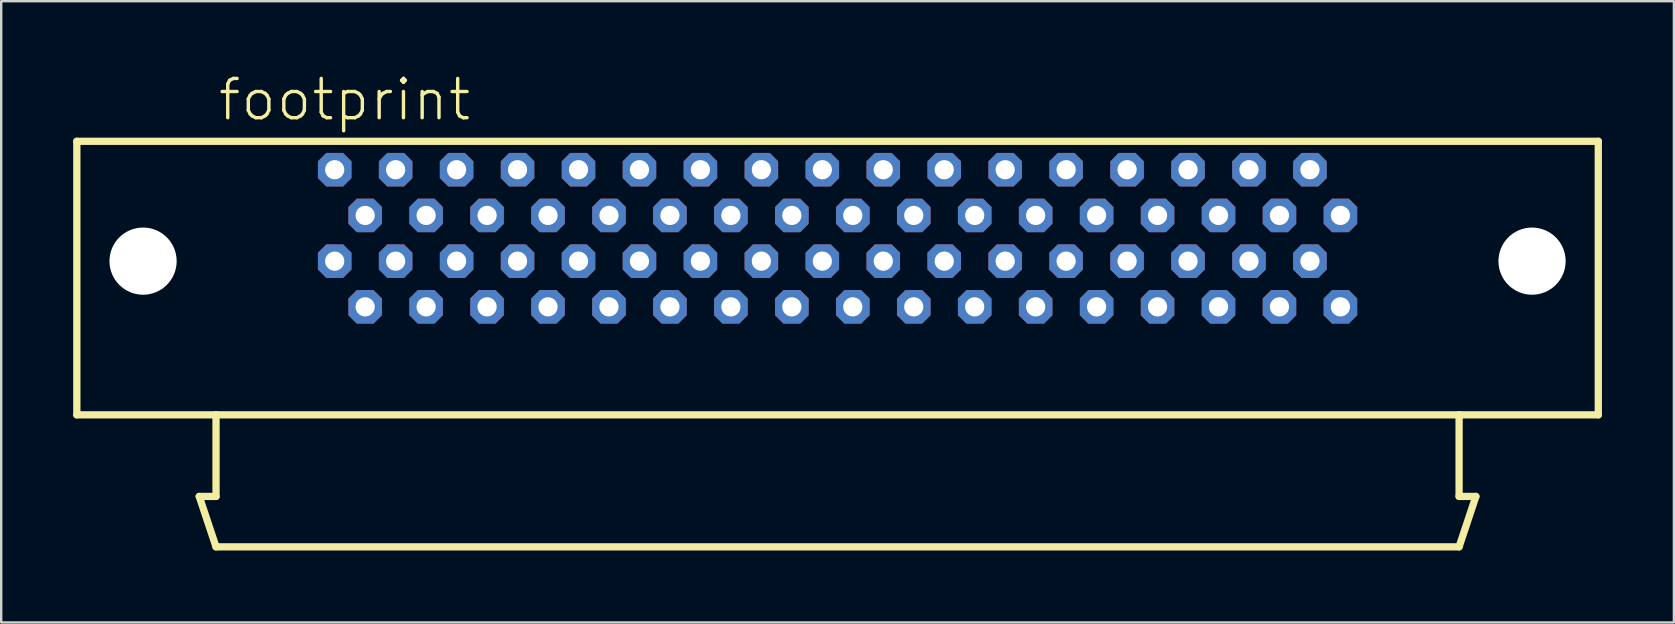
<source format=kicad_pcb>
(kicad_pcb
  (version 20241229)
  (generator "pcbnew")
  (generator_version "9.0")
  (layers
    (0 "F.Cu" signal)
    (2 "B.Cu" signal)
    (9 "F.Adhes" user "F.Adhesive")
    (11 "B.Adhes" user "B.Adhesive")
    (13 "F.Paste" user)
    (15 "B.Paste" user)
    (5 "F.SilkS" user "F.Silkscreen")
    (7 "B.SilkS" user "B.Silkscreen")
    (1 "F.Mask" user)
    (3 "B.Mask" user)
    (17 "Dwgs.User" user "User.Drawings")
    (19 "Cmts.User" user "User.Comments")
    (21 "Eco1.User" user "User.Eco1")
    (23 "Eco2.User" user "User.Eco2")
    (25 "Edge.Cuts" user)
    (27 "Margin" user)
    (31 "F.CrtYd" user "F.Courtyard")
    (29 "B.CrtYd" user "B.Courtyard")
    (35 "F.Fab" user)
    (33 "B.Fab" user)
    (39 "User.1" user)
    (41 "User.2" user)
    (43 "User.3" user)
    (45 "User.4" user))
  (footprint "footprint"
    (layer "F.Cu")
    (at 31.852 9.737)
    (property "Reference" "footprint" (at -25.895 -7.675 0) (layer "F.SilkS") (effects (font (size 1.636 1.636) (thickness 0.142)) (justify left bottom)))
    (fp_line (start -31.7 -6.9) (end 31.7 -6.9) (stroke (width 0.303) (type solid)) (layer "F.SilkS"))
    (fp_line (start -31.7 4.5) (end -31.7 -6.9) (stroke (width 0.303) (type solid)) (layer "F.SilkS"))
    (fp_line (start -26.6 7.9) (end -25.9 10) (stroke (width 0.303) (type solid)) (layer "F.SilkS"))
    (fp_line (start -25.9 4.5) (end -31.7 4.5) (stroke (width 0.303) (type solid)) (layer "F.SilkS"))
    (fp_line (start -25.9 4.5) (end -25.9 7.9) (stroke (width 0.303) (type solid)) (layer "F.SilkS"))
    (fp_line (start -25.9 7.9) (end -26.6 7.9) (stroke (width 0.303) (type solid)) (layer "F.SilkS"))
    (fp_line (start -25.9 10) (end 25.9 10) (stroke (width 0.303) (type solid)) (layer "F.SilkS"))
    (fp_line (start 25.9 4.5) (end -25.9 4.5) (stroke (width 0.303) (type solid)) (layer "F.SilkS"))
    (fp_line (start 25.9 7.9) (end 25.9 4.5) (stroke (width 0.303) (type solid)) (layer "F.SilkS"))
    (fp_line (start 25.9 10) (end 26.6 7.9) (stroke (width 0.303) (type solid)) (layer "F.SilkS"))
    (fp_line (start 26.6 7.9) (end 25.9 7.9) (stroke (width 0.303) (type solid)) (layer "F.SilkS"))
    (fp_line (start 31.7 -6.9) (end 31.7 4.5) (stroke (width 0.303) (type solid)) (layer "F.SilkS"))
    (fp_line (start 31.7 4.5) (end 25.9 4.5) (stroke (width 0.303) (type solid)) (layer "F.SilkS"))
    (pad "" np_thru_hole circle (at -28.94 -1.905) (size 2.8 2.8) (drill 2.8) (layers "*.Cu" "*.Mask"))
    (pad "" np_thru_hole circle (at 28.94 -1.905) (size 2.8 2.8) (drill 2.8) (layers "*.Cu" "*.Mask"))
    (pad "1" thru_hole roundrect (at -20.955 -5.715) (size 1.397 1.397) (drill 0.8) (layers "*.Cu" "*.Mask") (roundrect_rratio 0.25) (chamfer_ratio 0.25) (chamfer top_left top_right bottom_left bottom_right))
    (pad "2" thru_hole roundrect (at -19.685 -3.81) (size 1.397 1.397) (drill 0.8) (layers "*.Cu" "*.Mask") (roundrect_rratio 0.25) (chamfer_ratio 0.25) (chamfer top_left top_right bottom_left bottom_right))
    (pad "3" thru_hole roundrect (at -18.415 -5.715) (size 1.397 1.397) (drill 0.8) (layers "*.Cu" "*.Mask") (roundrect_rratio 0.25) (chamfer_ratio 0.25) (chamfer top_left top_right bottom_left bottom_right))
    (pad "4" thru_hole roundrect (at -17.145 -3.81) (size 1.397 1.397) (drill 0.8) (layers "*.Cu" "*.Mask") (roundrect_rratio 0.25) (chamfer_ratio 0.25) (chamfer top_left top_right bottom_left bottom_right))
    (pad "5" thru_hole roundrect (at -15.875 -5.715) (size 1.397 1.397) (drill 0.8) (layers "*.Cu" "*.Mask") (roundrect_rratio 0.25) (chamfer_ratio 0.25) (chamfer top_left top_right bottom_left bottom_right))
    (pad "6" thru_hole roundrect (at -14.605 -3.81) (size 1.397 1.397) (drill 0.8) (layers "*.Cu" "*.Mask") (roundrect_rratio 0.25) (chamfer_ratio 0.25) (chamfer top_left top_right bottom_left bottom_right))
    (pad "7" thru_hole roundrect (at -13.335 -5.715) (size 1.397 1.397) (drill 0.8) (layers "*.Cu" "*.Mask") (roundrect_rratio 0.25) (chamfer_ratio 0.25) (chamfer top_left top_right bottom_left bottom_right))
    (pad "8" thru_hole roundrect (at -12.065 -3.81) (size 1.397 1.397) (drill 0.8) (layers "*.Cu" "*.Mask") (roundrect_rratio 0.25) (chamfer_ratio 0.25) (chamfer top_left top_right bottom_left bottom_right))
    (pad "9" thru_hole roundrect (at -10.795 -5.715) (size 1.397 1.397) (drill 0.8) (layers "*.Cu" "*.Mask") (roundrect_rratio 0.25) (chamfer_ratio 0.25) (chamfer top_left top_right bottom_left bottom_right))
    (pad "10" thru_hole roundrect (at -9.525 -3.81) (size 1.397 1.397) (drill 0.8) (layers "*.Cu" "*.Mask") (roundrect_rratio 0.25) (chamfer_ratio 0.25) (chamfer top_left top_right bottom_left bottom_right))
    (pad "11" thru_hole roundrect (at -8.255 -5.715) (size 1.397 1.397) (drill 0.8) (layers "*.Cu" "*.Mask") (roundrect_rratio 0.25) (chamfer_ratio 0.25) (chamfer top_left top_right bottom_left bottom_right))
    (pad "12" thru_hole roundrect (at -6.985 -3.81) (size 1.397 1.397) (drill 0.8) (layers "*.Cu" "*.Mask") (roundrect_rratio 0.25) (chamfer_ratio 0.25) (chamfer top_left top_right bottom_left bottom_right))
    (pad "13" thru_hole roundrect (at -5.715 -5.715) (size 1.397 1.397) (drill 0.8) (layers "*.Cu" "*.Mask") (roundrect_rratio 0.25) (chamfer_ratio 0.25) (chamfer top_left top_right bottom_left bottom_right))
    (pad "14" thru_hole roundrect (at -4.445 -3.81) (size 1.397 1.397) (drill 0.8) (layers "*.Cu" "*.Mask") (roundrect_rratio 0.25) (chamfer_ratio 0.25) (chamfer top_left top_right bottom_left bottom_right))
    (pad "15" thru_hole roundrect (at -3.175 -5.715) (size 1.397 1.397) (drill 0.8) (layers "*.Cu" "*.Mask") (roundrect_rratio 0.25) (chamfer_ratio 0.25) (chamfer top_left top_right bottom_left bottom_right))
    (pad "16" thru_hole roundrect (at -1.905 -3.81) (size 1.397 1.397) (drill 0.8) (layers "*.Cu" "*.Mask") (roundrect_rratio 0.25) (chamfer_ratio 0.25) (chamfer top_left top_right bottom_left bottom_right))
    (pad "17" thru_hole roundrect (at -0.635 -5.715) (size 1.397 1.397) (drill 0.8) (layers "*.Cu" "*.Mask") (roundrect_rratio 0.25) (chamfer_ratio 0.25) (chamfer top_left top_right bottom_left bottom_right))
    (pad "18" thru_hole roundrect (at 0.635 -3.81) (size 1.397 1.397) (drill 0.8) (layers "*.Cu" "*.Mask") (roundrect_rratio 0.25) (chamfer_ratio 0.25) (chamfer top_left top_right bottom_left bottom_right))
    (pad "19" thru_hole roundrect (at 1.905 -5.715) (size 1.397 1.397) (drill 0.8) (layers "*.Cu" "*.Mask") (roundrect_rratio 0.25) (chamfer_ratio 0.25) (chamfer top_left top_right bottom_left bottom_right))
    (pad "20" thru_hole roundrect (at 3.175 -3.81) (size 1.397 1.397) (drill 0.8) (layers "*.Cu" "*.Mask") (roundrect_rratio 0.25) (chamfer_ratio 0.25) (chamfer top_left top_right bottom_left bottom_right))
    (pad "21" thru_hole roundrect (at 4.445 -5.715) (size 1.397 1.397) (drill 0.8) (layers "*.Cu" "*.Mask") (roundrect_rratio 0.25) (chamfer_ratio 0.25) (chamfer top_left top_right bottom_left bottom_right))
    (pad "22" thru_hole roundrect (at 5.715 -3.81) (size 1.397 1.397) (drill 0.8) (layers "*.Cu" "*.Mask") (roundrect_rratio 0.25) (chamfer_ratio 0.25) (chamfer top_left top_right bottom_left bottom_right))
    (pad "23" thru_hole roundrect (at 6.985 -5.715) (size 1.397 1.397) (drill 0.8) (layers "*.Cu" "*.Mask") (roundrect_rratio 0.25) (chamfer_ratio 0.25) (chamfer top_left top_right bottom_left bottom_right))
    (pad "24" thru_hole roundrect (at 8.255 -3.81) (size 1.397 1.397) (drill 0.8) (layers "*.Cu" "*.Mask") (roundrect_rratio 0.25) (chamfer_ratio 0.25) (chamfer top_left top_right bottom_left bottom_right))
    (pad "25" thru_hole roundrect (at 9.525 -5.715) (size 1.397 1.397) (drill 0.8) (layers "*.Cu" "*.Mask") (roundrect_rratio 0.25) (chamfer_ratio 0.25) (chamfer top_left top_right bottom_left bottom_right))
    (pad "26" thru_hole roundrect (at 10.795 -3.81) (size 1.397 1.397) (drill 0.8) (layers "*.Cu" "*.Mask") (roundrect_rratio 0.25) (chamfer_ratio 0.25) (chamfer top_left top_right bottom_left bottom_right))
    (pad "27" thru_hole roundrect (at 12.065 -5.715) (size 1.397 1.397) (drill 0.8) (layers "*.Cu" "*.Mask") (roundrect_rratio 0.25) (chamfer_ratio 0.25) (chamfer top_left top_right bottom_left bottom_right))
    (pad "28" thru_hole roundrect (at 13.335 -3.81) (size 1.397 1.397) (drill 0.8) (layers "*.Cu" "*.Mask") (roundrect_rratio 0.25) (chamfer_ratio 0.25) (chamfer top_left top_right bottom_left bottom_right))
    (pad "29" thru_hole roundrect (at 14.605 -5.715) (size 1.397 1.397) (drill 0.8) (layers "*.Cu" "*.Mask") (roundrect_rratio 0.25) (chamfer_ratio 0.25) (chamfer top_left top_right bottom_left bottom_right))
    (pad "30" thru_hole roundrect (at 15.875 -3.81) (size 1.397 1.397) (drill 0.8) (layers "*.Cu" "*.Mask") (roundrect_rratio 0.25) (chamfer_ratio 0.25) (chamfer top_left top_right bottom_left bottom_right))
    (pad "31" thru_hole roundrect (at 17.145 -5.715) (size 1.397 1.397) (drill 0.8) (layers "*.Cu" "*.Mask") (roundrect_rratio 0.25) (chamfer_ratio 0.25) (chamfer top_left top_right bottom_left bottom_right))
    (pad "32" thru_hole roundrect (at 18.415 -3.81) (size 1.397 1.397) (drill 0.8) (layers "*.Cu" "*.Mask") (roundrect_rratio 0.25) (chamfer_ratio 0.25) (chamfer top_left top_right bottom_left bottom_right))
    (pad "33" thru_hole roundrect (at 19.685 -5.715) (size 1.397 1.397) (drill 0.8) (layers "*.Cu" "*.Mask") (roundrect_rratio 0.25) (chamfer_ratio 0.25) (chamfer top_left top_right bottom_left bottom_right))
    (pad "34" thru_hole roundrect (at 20.955 -3.81) (size 1.397 1.397) (drill 0.8) (layers "*.Cu" "*.Mask") (roundrect_rratio 0.25) (chamfer_ratio 0.25) (chamfer top_left top_right bottom_left bottom_right))
    (pad "35" thru_hole roundrect (at -20.955 -1.905) (size 1.397 1.397) (drill 0.8) (layers "*.Cu" "*.Mask") (roundrect_rratio 0.25) (chamfer_ratio 0.25) (chamfer top_left top_right bottom_left bottom_right))
    (pad "36" thru_hole roundrect (at -18.415 -1.905) (size 1.397 1.397) (drill 0.8) (layers "*.Cu" "*.Mask") (roundrect_rratio 0.25) (chamfer_ratio 0.25) (chamfer top_left top_right bottom_left bottom_right))
    (pad "37" thru_hole roundrect (at -15.875 -1.905) (size 1.397 1.397) (drill 0.8) (layers "*.Cu" "*.Mask") (roundrect_rratio 0.25) (chamfer_ratio 0.25) (chamfer top_left top_right bottom_left bottom_right))
    (pad "38" thru_hole roundrect (at -13.335 -1.905) (size 1.397 1.397) (drill 0.8) (layers "*.Cu" "*.Mask") (roundrect_rratio 0.25) (chamfer_ratio 0.25) (chamfer top_left top_right bottom_left bottom_right))
    (pad "39" thru_hole roundrect (at -10.795 -1.905) (size 1.397 1.397) (drill 0.8) (layers "*.Cu" "*.Mask") (roundrect_rratio 0.25) (chamfer_ratio 0.25) (chamfer top_left top_right bottom_left bottom_right))
    (pad "40" thru_hole roundrect (at -8.255 -1.905) (size 1.397 1.397) (drill 0.8) (layers "*.Cu" "*.Mask") (roundrect_rratio 0.25) (chamfer_ratio 0.25) (chamfer top_left top_right bottom_left bottom_right))
    (pad "41" thru_hole roundrect (at -5.715 -1.905) (size 1.397 1.397) (drill 0.8) (layers "*.Cu" "*.Mask") (roundrect_rratio 0.25) (chamfer_ratio 0.25) (chamfer top_left top_right bottom_left bottom_right))
    (pad "42" thru_hole roundrect (at -3.175 -1.905) (size 1.397 1.397) (drill 0.8) (layers "*.Cu" "*.Mask") (roundrect_rratio 0.25) (chamfer_ratio 0.25) (chamfer top_left top_right bottom_left bottom_right))
    (pad "43" thru_hole roundrect (at -0.635 -1.905) (size 1.397 1.397) (drill 0.8) (layers "*.Cu" "*.Mask") (roundrect_rratio 0.25) (chamfer_ratio 0.25) (chamfer top_left top_right bottom_left bottom_right))
    (pad "44" thru_hole roundrect (at 1.905 -1.905) (size 1.397 1.397) (drill 0.8) (layers "*.Cu" "*.Mask") (roundrect_rratio 0.25) (chamfer_ratio 0.25) (chamfer top_left top_right bottom_left bottom_right))
    (pad "45" thru_hole roundrect (at 4.445 -1.905) (size 1.397 1.397) (drill 0.8) (layers "*.Cu" "*.Mask") (roundrect_rratio 0.25) (chamfer_ratio 0.25) (chamfer top_left top_right bottom_left bottom_right))
    (pad "46" thru_hole roundrect (at 6.985 -1.905) (size 1.397 1.397) (drill 0.8) (layers "*.Cu" "*.Mask") (roundrect_rratio 0.25) (chamfer_ratio 0.25) (chamfer top_left top_right bottom_left bottom_right))
    (pad "47" thru_hole roundrect (at 9.525 -1.905) (size 1.397 1.397) (drill 0.8) (layers "*.Cu" "*.Mask") (roundrect_rratio 0.25) (chamfer_ratio 0.25) (chamfer top_left top_right bottom_left bottom_right))
    (pad "48" thru_hole roundrect (at 12.065 -1.905) (size 1.397 1.397) (drill 0.8) (layers "*.Cu" "*.Mask") (roundrect_rratio 0.25) (chamfer_ratio 0.25) (chamfer top_left top_right bottom_left bottom_right))
    (pad "49" thru_hole roundrect (at 14.605 -1.905) (size 1.397 1.397) (drill 0.8) (layers "*.Cu" "*.Mask") (roundrect_rratio 0.25) (chamfer_ratio 0.25) (chamfer top_left top_right bottom_left bottom_right))
    (pad "50" thru_hole roundrect (at 17.145 -1.905) (size 1.397 1.397) (drill 0.8) (layers "*.Cu" "*.Mask") (roundrect_rratio 0.25) (chamfer_ratio 0.25) (chamfer top_left top_right bottom_left bottom_right))
    (pad "51" thru_hole roundrect (at 19.685 -1.905) (size 1.397 1.397) (drill 0.8) (layers "*.Cu" "*.Mask") (roundrect_rratio 0.25) (chamfer_ratio 0.25) (chamfer top_left top_right bottom_left bottom_right))
    (pad "52" thru_hole roundrect (at -19.685 0) (size 1.397 1.397) (drill 0.8) (layers "*.Cu" "*.Mask") (roundrect_rratio 0.25) (chamfer_ratio 0.25) (chamfer top_left top_right bottom_left bottom_right))
    (pad "53" thru_hole roundrect (at -17.145 0) (size 1.397 1.397) (drill 0.8) (layers "*.Cu" "*.Mask") (roundrect_rratio 0.25) (chamfer_ratio 0.25) (chamfer top_left top_right bottom_left bottom_right))
    (pad "54" thru_hole roundrect (at -14.605 0) (size 1.397 1.397) (drill 0.8) (layers "*.Cu" "*.Mask") (roundrect_rratio 0.25) (chamfer_ratio 0.25) (chamfer top_left top_right bottom_left bottom_right))
    (pad "55" thru_hole roundrect (at -12.065 0) (size 1.397 1.397) (drill 0.8) (layers "*.Cu" "*.Mask") (roundrect_rratio 0.25) (chamfer_ratio 0.25) (chamfer top_left top_right bottom_left bottom_right))
    (pad "56" thru_hole roundrect (at -9.525 0) (size 1.397 1.397) (drill 0.8) (layers "*.Cu" "*.Mask") (roundrect_rratio 0.25) (chamfer_ratio 0.25) (chamfer top_left top_right bottom_left bottom_right))
    (pad "57" thru_hole roundrect (at -6.985 0) (size 1.397 1.397) (drill 0.8) (layers "*.Cu" "*.Mask") (roundrect_rratio 0.25) (chamfer_ratio 0.25) (chamfer top_left top_right bottom_left bottom_right))
    (pad "58" thru_hole roundrect (at -4.445 0) (size 1.397 1.397) (drill 0.8) (layers "*.Cu" "*.Mask") (roundrect_rratio 0.25) (chamfer_ratio 0.25) (chamfer top_left top_right bottom_left bottom_right))
    (pad "59" thru_hole roundrect (at -1.905 0) (size 1.397 1.397) (drill 0.8) (layers "*.Cu" "*.Mask") (roundrect_rratio 0.25) (chamfer_ratio 0.25) (chamfer top_left top_right bottom_left bottom_right))
    (pad "60" thru_hole roundrect (at 0.635 0) (size 1.397 1.397) (drill 0.8) (layers "*.Cu" "*.Mask") (roundrect_rratio 0.25) (chamfer_ratio 0.25) (chamfer top_left top_right bottom_left bottom_right))
    (pad "61" thru_hole roundrect (at 3.175 0) (size 1.397 1.397) (drill 0.8) (layers "*.Cu" "*.Mask") (roundrect_rratio 0.25) (chamfer_ratio 0.25) (chamfer top_left top_right bottom_left bottom_right))
    (pad "62" thru_hole roundrect (at 5.715 0) (size 1.397 1.397) (drill 0.8) (layers "*.Cu" "*.Mask") (roundrect_rratio 0.25) (chamfer_ratio 0.25) (chamfer top_left top_right bottom_left bottom_right))
    (pad "63" thru_hole roundrect (at 8.255 0) (size 1.397 1.397) (drill 0.8) (layers "*.Cu" "*.Mask") (roundrect_rratio 0.25) (chamfer_ratio 0.25) (chamfer top_left top_right bottom_left bottom_right))
    (pad "64" thru_hole roundrect (at 10.795 0) (size 1.397 1.397) (drill 0.8) (layers "*.Cu" "*.Mask") (roundrect_rratio 0.25) (chamfer_ratio 0.25) (chamfer top_left top_right bottom_left bottom_right))
    (pad "65" thru_hole roundrect (at 13.335 0) (size 1.397 1.397) (drill 0.8) (layers "*.Cu" "*.Mask") (roundrect_rratio 0.25) (chamfer_ratio 0.25) (chamfer top_left top_right bottom_left bottom_right))
    (pad "66" thru_hole roundrect (at 15.875 0) (size 1.397 1.397) (drill 0.8) (layers "*.Cu" "*.Mask") (roundrect_rratio 0.25) (chamfer_ratio 0.25) (chamfer top_left top_right bottom_left bottom_right))
    (pad "67" thru_hole roundrect (at 18.415 0) (size 1.397 1.397) (drill 0.8) (layers "*.Cu" "*.Mask") (roundrect_rratio 0.25) (chamfer_ratio 0.25) (chamfer top_left top_right bottom_left bottom_right))
    (pad "68" thru_hole roundrect (at 20.955 0) (size 1.397 1.397) (drill 0.8) (layers "*.Cu" "*.Mask") (roundrect_rratio 0.25) (chamfer_ratio 0.25) (chamfer top_left top_right bottom_left bottom_right)))
  (gr_rect
    (start -3 -3)
    (end 66.703 22.889)
    (stroke (width 0.1) (type default))
    (fill no)
    (layer "Edge.Cuts")))
</source>
